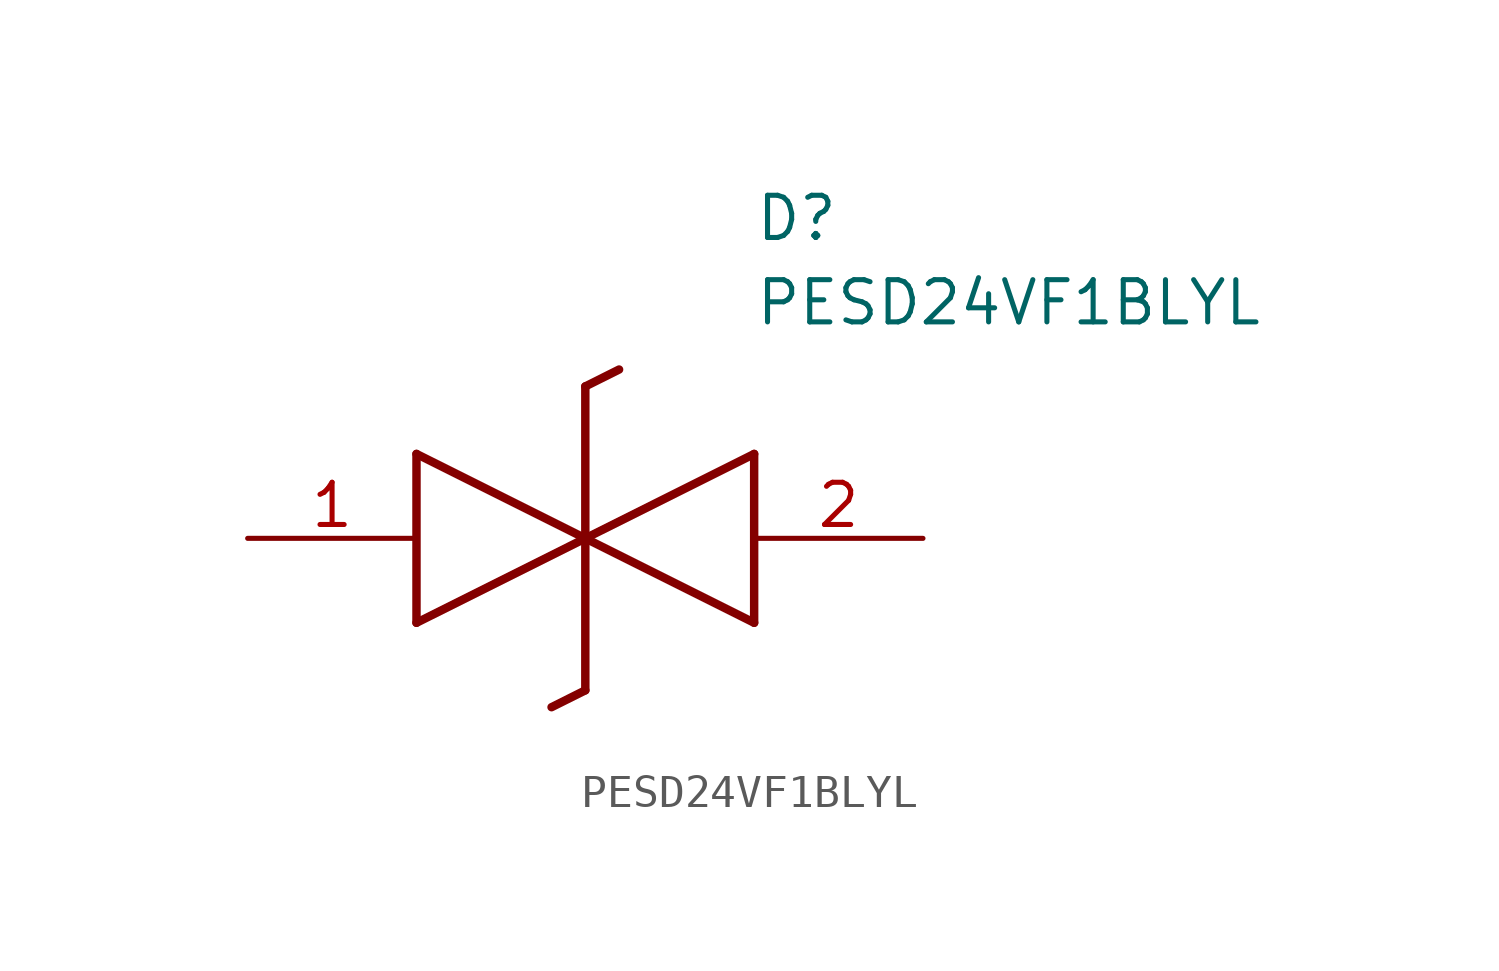
<source format=kicad_sym>
(kicad_symbol_lib
  (version 20211014)
  (generator SamacSys_ECAD_Model)
  (symbol "PESD24VF1BLYL"
    (pin_names hide)
    (property "Reference" "D"
      (at 15.24 8.89 0)
      (effects (font (size 1.27 1.27)) (justify left bottom)))
    (property "Value" "PESD24VF1BLYL"
      (at 15.24 6.35 0)
      (effects (font (size 1.27 1.27)) (justify left bottom)))
    (polyline
      (pts (xy 10.16 0) (xy 5.08 -2.54))
      (stroke (width 0.254) (type default))
      (fill (type none)))
    (polyline
      (pts (xy 5.08 2.54) (xy 5.08 -2.54))
      (stroke (width 0.254) (type default))
      (fill (type none)))
    (polyline
      (pts (xy 5.08 2.54) (xy 10.16 0))
      (stroke (width 0.254) (type default))
      (fill (type none)))
    (polyline
      (pts (xy 10.16 0) (xy 15.24 -2.54))
      (stroke (width 0.254) (type default))
      (fill (type none)))
    (polyline
      (pts (xy 15.24 2.54) (xy 15.24 -2.54))
      (stroke (width 0.254) (type default))
      (fill (type none)))
    (polyline
      (pts (xy 15.24 2.54) (xy 10.16 0))
      (stroke (width 0.254) (type default))
      (fill (type none)))
    (polyline
      (pts (xy 10.16 -4.572) (xy 10.16 4.572))
      (stroke (width 0.254) (type default))
      (fill (type none)))
    (polyline
      (pts (xy 11.176 5.08) (xy 10.16 4.572))
      (stroke (width 0.254) (type default))
      (fill (type none)))
    (polyline
      (pts (xy 10.16 -4.572) (xy 9.144 -5.08))
      (stroke (width 0.254) (type default))
      (fill (type none)))
    (pin passive line
      (at 0 0 0)
      (length 5.08)
      (name "K1" (effects (font (size 1.27 1.27))))
      (number "1" (effects (font (size 1.27 1.27)))))
    (pin passive line
      (at 20.32 0 180)
      (length 5.08)
      (name "K2" (effects (font (size 1.27 1.27))))
      (number "2" (effects (font (size 1.27 1.27)))))))
</source>
